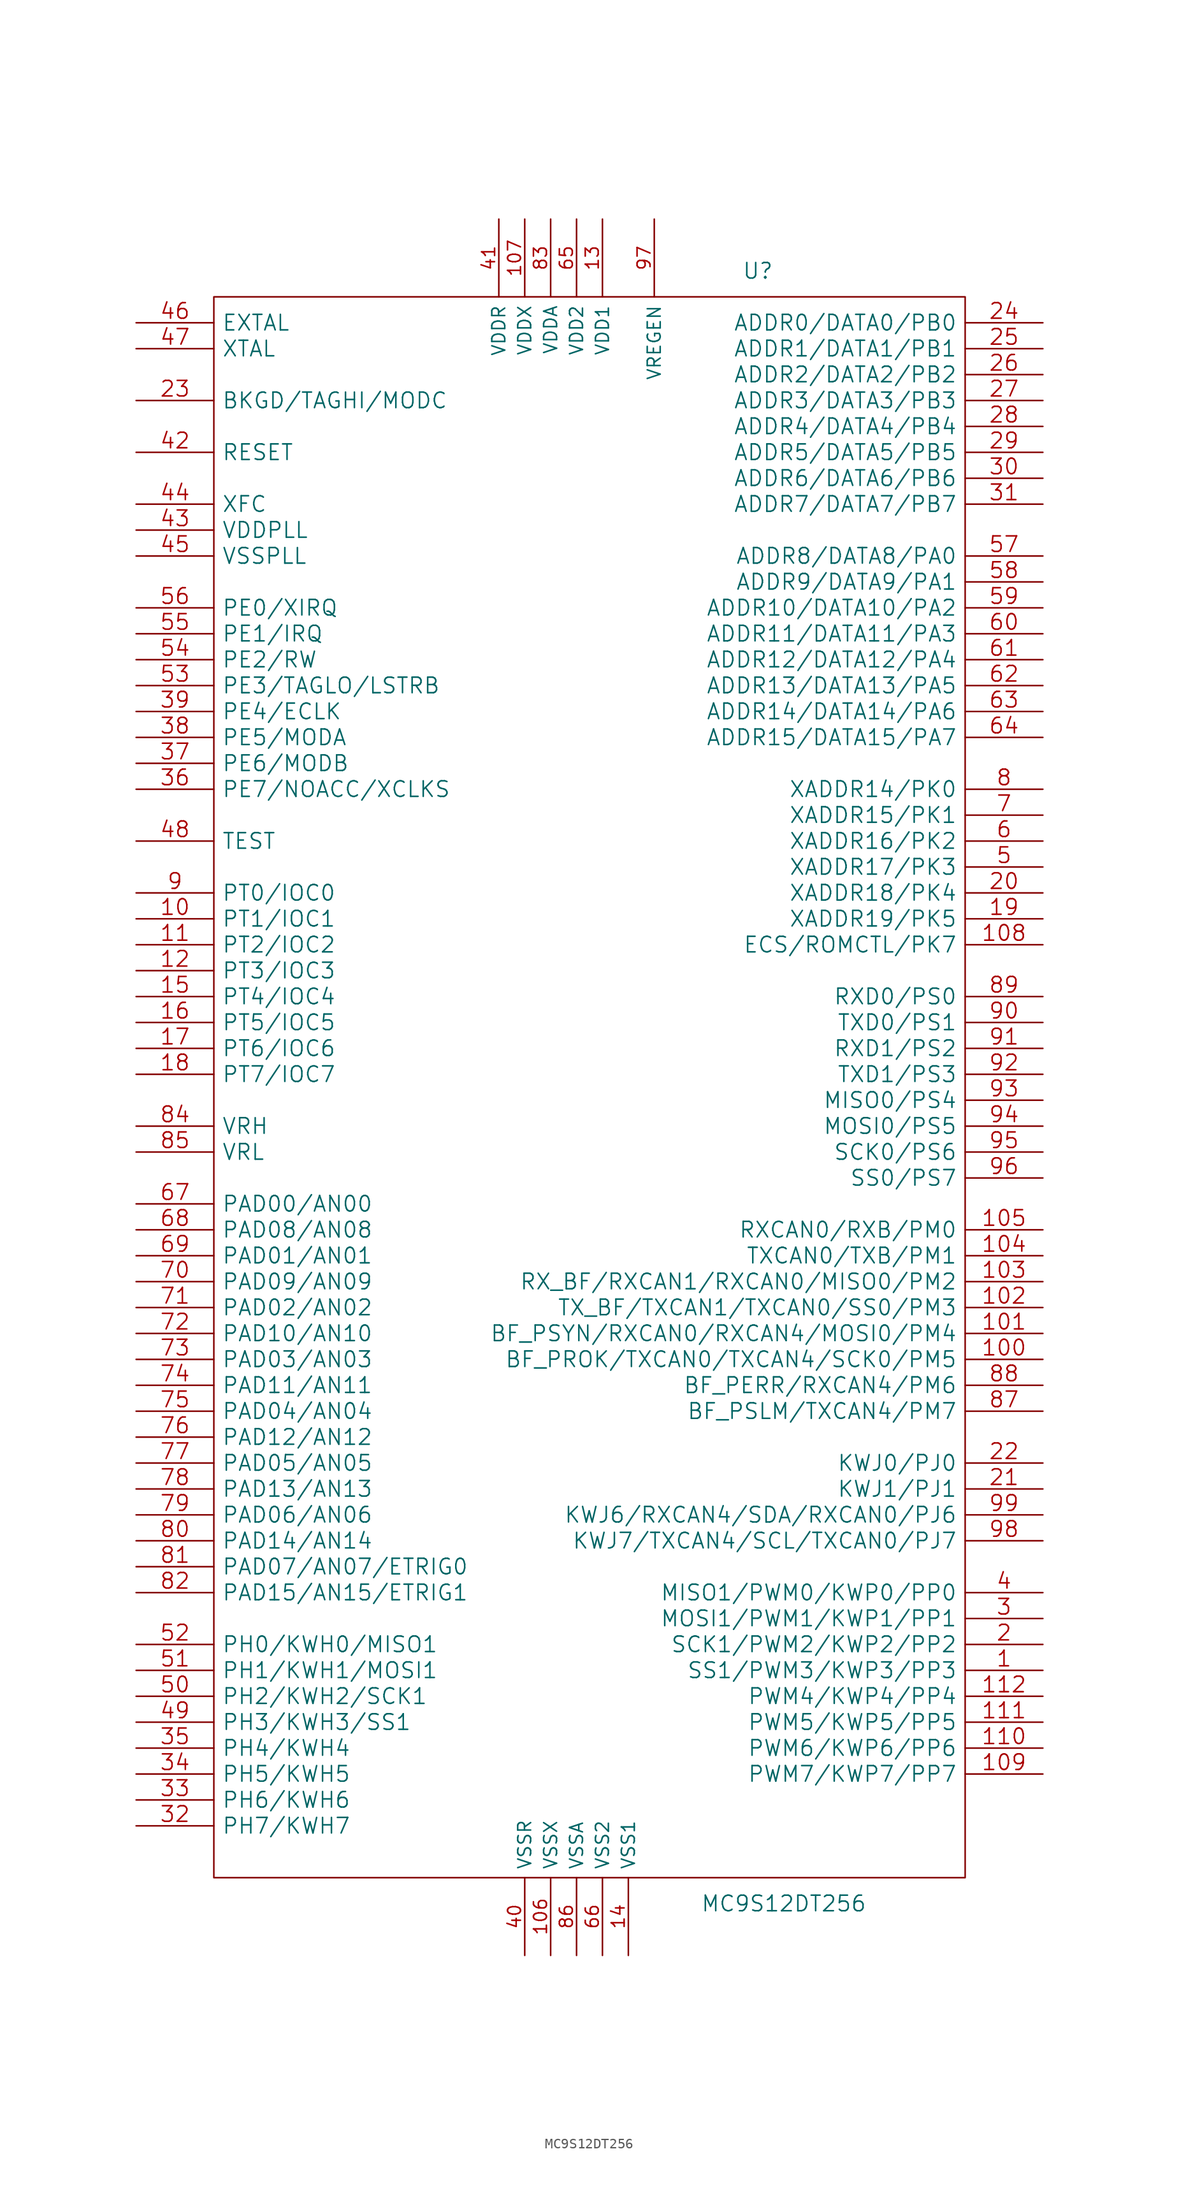
<source format=kicad_sym>
(kicad_symbol_lib
  (version 20211014)
  (generator kicad_symbol_editor)
  (symbol "MC9S12DT256"
    (pin_names
      (offset 0.762))
    (property "Reference" "U"
      (at 16.51 86.36 0)
      (effects (font (size 1.524 1.524))))
    (property "Value" "MC9S12DT256"
      (at 19.05 -73.66 0)
      (effects (font (size 1.524 1.524))))
    (property "Footprint" ""
      (at 0 0 0)
      (effects (font (size 1.524 1.524))))
    (property "Datasheet" ""
      (at 0 0 0)
      (effects (font (size 1.524 1.524))))
    (symbol "MC9S12DT256_0_1"
      (rectangle (start -36.83 83.82) (end 36.83 -71.12) (stroke (width 0) (type default) (color 0 0 0 0)) (fill (type none))))
    (symbol "MC9S12DT256_1_1"
      (pin bidirectional line (at 44.45 -50.8 180) (length 7.62) (name "SS1/PWM3/KWP3/PP3" (effects (font (size 1.524 1.524)))) (number "1" (effects (font (size 1.524 1.524)))))
      (pin bidirectional line (at -44.45 22.86 0) (length 7.62) (name "PT1/IOC1" (effects (font (size 1.524 1.524)))) (number "10" (effects (font (size 1.524 1.524)))))
      (pin bidirectional line (at 44.45 -20.32 180) (length 7.62) (name "BF_PROK/TXCAN0/TXCAN4/SCK0/PM5" (effects (font (size 1.524 1.524)))) (number "100" (effects (font (size 1.524 1.524)))))
      (pin bidirectional line (at 44.45 -17.78 180) (length 7.62) (name "BF_PSYN/RXCAN0/RXCAN4/MOSI0/PM4" (effects (font (size 1.524 1.524)))) (number "101" (effects (font (size 1.524 1.524)))))
      (pin bidirectional line (at 44.45 -15.24 180) (length 7.62) (name "TX_BF/TXCAN1/TXCAN0/SS0/PM3" (effects (font (size 1.524 1.524)))) (number "102" (effects (font (size 1.524 1.524)))))
      (pin bidirectional line (at 44.45 -12.7 180) (length 7.62) (name "RX_BF/RXCAN1/RXCAN0/MISO0/PM2" (effects (font (size 1.524 1.524)))) (number "103" (effects (font (size 1.524 1.524)))))
      (pin bidirectional line (at 44.45 -10.16 180) (length 7.62) (name "TXCAN0/TXB/PM1" (effects (font (size 1.524 1.524)))) (number "104" (effects (font (size 1.524 1.524)))))
      (pin bidirectional line (at 44.45 -7.62 180) (length 7.62) (name "RXCAN0/RXB/PM0" (effects (font (size 1.524 1.524)))) (number "105" (effects (font (size 1.524 1.524)))))
      (pin power_in line (at -3.81 -78.74 90) (length 7.62) (name "VSSX" (effects (font (size 1.27 1.27)))) (number "106" (effects (font (size 1.27 1.27)))))
      (pin power_in line (at -6.35 91.44 270) (length 7.62) (name "VDDX" (effects (font (size 1.27 1.27)))) (number "107" (effects (font (size 1.27 1.27)))))
      (pin bidirectional line (at 44.45 20.32 180) (length 7.62) (name "ECS/ROMCTL/PK7" (effects (font (size 1.524 1.524)))) (number "108" (effects (font (size 1.524 1.524)))))
      (pin bidirectional line (at 44.45 -60.96 180) (length 7.62) (name "PWM7/KWP7/PP7" (effects (font (size 1.524 1.524)))) (number "109" (effects (font (size 1.524 1.524)))))
      (pin bidirectional line (at -44.45 20.32 0) (length 7.62) (name "PT2/IOC2" (effects (font (size 1.524 1.524)))) (number "11" (effects (font (size 1.524 1.524)))))
      (pin bidirectional line (at 44.45 -58.42 180) (length 7.62) (name "PWM6/KWP6/PP6" (effects (font (size 1.524 1.524)))) (number "110" (effects (font (size 1.524 1.524)))))
      (pin bidirectional line (at 44.45 -55.88 180) (length 7.62) (name "PWM5/KWP5/PP5" (effects (font (size 1.524 1.524)))) (number "111" (effects (font (size 1.524 1.524)))))
      (pin bidirectional line (at 44.45 -53.34 180) (length 7.62) (name "PWM4/KWP4/PP4" (effects (font (size 1.524 1.524)))) (number "112" (effects (font (size 1.524 1.524)))))
      (pin bidirectional line (at -44.45 17.78 0) (length 7.62) (name "PT3/IOC3" (effects (font (size 1.524 1.524)))) (number "12" (effects (font (size 1.524 1.524)))))
      (pin power_in line (at 1.27 91.44 270) (length 7.62) (name "VDD1" (effects (font (size 1.27 1.27)))) (number "13" (effects (font (size 1.27 1.27)))))
      (pin power_in line (at 3.81 -78.74 90) (length 7.62) (name "VSS1" (effects (font (size 1.27 1.27)))) (number "14" (effects (font (size 1.27 1.27)))))
      (pin bidirectional line (at -44.45 15.24 0) (length 7.62) (name "PT4/IOC4" (effects (font (size 1.524 1.524)))) (number "15" (effects (font (size 1.524 1.524)))))
      (pin bidirectional line (at -44.45 12.7 0) (length 7.62) (name "PT5/IOC5" (effects (font (size 1.524 1.524)))) (number "16" (effects (font (size 1.524 1.524)))))
      (pin bidirectional line (at -44.45 10.16 0) (length 7.62) (name "PT6/IOC6" (effects (font (size 1.524 1.524)))) (number "17" (effects (font (size 1.524 1.524)))))
      (pin bidirectional line (at -44.45 7.62 0) (length 7.62) (name "PT7/IOC7" (effects (font (size 1.524 1.524)))) (number "18" (effects (font (size 1.524 1.524)))))
      (pin bidirectional line (at 44.45 22.86 180) (length 7.62) (name "XADDR19/PK5" (effects (font (size 1.524 1.524)))) (number "19" (effects (font (size 1.524 1.524)))))
      (pin bidirectional line (at 44.45 -48.26 180) (length 7.62) (name "SCK1/PWM2/KWP2/PP2" (effects (font (size 1.524 1.524)))) (number "2" (effects (font (size 1.524 1.524)))))
      (pin bidirectional line (at 44.45 25.4 180) (length 7.62) (name "XADDR18/PK4" (effects (font (size 1.524 1.524)))) (number "20" (effects (font (size 1.524 1.524)))))
      (pin bidirectional line (at 44.45 -33.02 180) (length 7.62) (name "KWJ1/PJ1" (effects (font (size 1.524 1.524)))) (number "21" (effects (font (size 1.524 1.524)))))
      (pin bidirectional line (at 44.45 -30.48 180) (length 7.62) (name "KWJ0/PJ0" (effects (font (size 1.524 1.524)))) (number "22" (effects (font (size 1.524 1.524)))))
      (pin bidirectional line (at -44.45 73.66 0) (length 7.62) (name "BKGD/TAGHI/MODC" (effects (font (size 1.524 1.524)))) (number "23" (effects (font (size 1.524 1.524)))))
      (pin bidirectional line (at 44.45 81.28 180) (length 7.62) (name "ADDR0/DATA0/PB0" (effects (font (size 1.524 1.524)))) (number "24" (effects (font (size 1.524 1.524)))))
      (pin bidirectional line (at 44.45 78.74 180) (length 7.62) (name "ADDR1/DATA1/PB1" (effects (font (size 1.524 1.524)))) (number "25" (effects (font (size 1.524 1.524)))))
      (pin bidirectional line (at 44.45 76.2 180) (length 7.62) (name "ADDR2/DATA2/PB2" (effects (font (size 1.524 1.524)))) (number "26" (effects (font (size 1.524 1.524)))))
      (pin bidirectional line (at 44.45 73.66 180) (length 7.62) (name "ADDR3/DATA3/PB3" (effects (font (size 1.524 1.524)))) (number "27" (effects (font (size 1.524 1.524)))))
      (pin bidirectional line (at 44.45 71.12 180) (length 7.62) (name "ADDR4/DATA4/PB4" (effects (font (size 1.524 1.524)))) (number "28" (effects (font (size 1.524 1.524)))))
      (pin bidirectional line (at 44.45 68.58 180) (length 7.62) (name "ADDR5/DATA5/PB5" (effects (font (size 1.524 1.524)))) (number "29" (effects (font (size 1.524 1.524)))))
      (pin bidirectional line (at 44.45 -45.72 180) (length 7.62) (name "MOSI1/PWM1/KWP1/PP1" (effects (font (size 1.524 1.524)))) (number "3" (effects (font (size 1.524 1.524)))))
      (pin bidirectional line (at 44.45 66.04 180) (length 7.62) (name "ADDR6/DATA6/PB6" (effects (font (size 1.524 1.524)))) (number "30" (effects (font (size 1.524 1.524)))))
      (pin bidirectional line (at 44.45 63.5 180) (length 7.62) (name "ADDR7/DATA7/PB7" (effects (font (size 1.524 1.524)))) (number "31" (effects (font (size 1.524 1.524)))))
      (pin bidirectional line (at -44.45 -66.04 0) (length 7.62) (name "PH7/KWH7" (effects (font (size 1.524 1.524)))) (number "32" (effects (font (size 1.524 1.524)))))
      (pin bidirectional line (at -44.45 -63.5 0) (length 7.62) (name "PH6/KWH6" (effects (font (size 1.524 1.524)))) (number "33" (effects (font (size 1.524 1.524)))))
      (pin bidirectional line (at -44.45 -60.96 0) (length 7.62) (name "PH5/KWH5" (effects (font (size 1.524 1.524)))) (number "34" (effects (font (size 1.524 1.524)))))
      (pin bidirectional line (at -44.45 -58.42 0) (length 7.62) (name "PH4/KWH4" (effects (font (size 1.524 1.524)))) (number "35" (effects (font (size 1.524 1.524)))))
      (pin bidirectional line (at -44.45 35.56 0) (length 7.62) (name "PE7/NOACC/XCLKS" (effects (font (size 1.524 1.524)))) (number "36" (effects (font (size 1.524 1.524)))))
      (pin bidirectional line (at -44.45 38.1 0) (length 7.62) (name "PE6/MODB" (effects (font (size 1.524 1.524)))) (number "37" (effects (font (size 1.524 1.524)))))
      (pin bidirectional line (at -44.45 40.64 0) (length 7.62) (name "PE5/MODA" (effects (font (size 1.524 1.524)))) (number "38" (effects (font (size 1.524 1.524)))))
      (pin bidirectional line (at -44.45 43.18 0) (length 7.62) (name "PE4/ECLK" (effects (font (size 1.524 1.524)))) (number "39" (effects (font (size 1.524 1.524)))))
      (pin bidirectional line (at 44.45 -43.18 180) (length 7.62) (name "MISO1/PWM0/KWP0/PP0" (effects (font (size 1.524 1.524)))) (number "4" (effects (font (size 1.524 1.524)))))
      (pin power_in line (at -6.35 -78.74 90) (length 7.62) (name "VSSR" (effects (font (size 1.27 1.27)))) (number "40" (effects (font (size 1.27 1.27)))))
      (pin power_in line (at -8.89 91.44 270) (length 7.62) (name "VDDR" (effects (font (size 1.27 1.27)))) (number "41" (effects (font (size 1.27 1.27)))))
      (pin bidirectional line (at -44.45 68.58 0) (length 7.62) (name "RESET" (effects (font (size 1.524 1.524)))) (number "42" (effects (font (size 1.524 1.524)))))
      (pin power_in line (at -44.45 60.96 0) (length 7.62) (name "VDDPLL" (effects (font (size 1.524 1.524)))) (number "43" (effects (font (size 1.524 1.524)))))
      (pin bidirectional line (at -44.45 63.5 0) (length 7.62) (name "XFC" (effects (font (size 1.524 1.524)))) (number "44" (effects (font (size 1.524 1.524)))))
      (pin bidirectional line (at -44.45 58.42 0) (length 7.62) (name "VSSPLL" (effects (font (size 1.524 1.524)))) (number "45" (effects (font (size 1.524 1.524)))))
      (pin input line (at -44.45 81.28 0) (length 7.62) (name "EXTAL" (effects (font (size 1.524 1.524)))) (number "46" (effects (font (size 1.524 1.524)))))
      (pin output line (at -44.45 78.74 0) (length 7.62) (name "XTAL" (effects (font (size 1.524 1.524)))) (number "47" (effects (font (size 1.524 1.524)))))
      (pin input line (at -44.45 30.48 0) (length 7.62) (name "TEST" (effects (font (size 1.524 1.524)))) (number "48" (effects (font (size 1.524 1.524)))))
      (pin bidirectional line (at -44.45 -55.88 0) (length 7.62) (name "PH3/KWH3/SS1" (effects (font (size 1.524 1.524)))) (number "49" (effects (font (size 1.524 1.524)))))
      (pin bidirectional line (at 44.45 27.94 180) (length 7.62) (name "XADDR17/PK3" (effects (font (size 1.524 1.524)))) (number "5" (effects (font (size 1.524 1.524)))))
      (pin bidirectional line (at -44.45 -53.34 0) (length 7.62) (name "PH2/KWH2/SCK1" (effects (font (size 1.524 1.524)))) (number "50" (effects (font (size 1.524 1.524)))))
      (pin bidirectional line (at -44.45 -50.8 0) (length 7.62) (name "PH1/KWH1/MOSI1" (effects (font (size 1.524 1.524)))) (number "51" (effects (font (size 1.524 1.524)))))
      (pin bidirectional line (at -44.45 -48.26 0) (length 7.62) (name "PH0/KWH0/MISO1" (effects (font (size 1.524 1.524)))) (number "52" (effects (font (size 1.524 1.524)))))
      (pin bidirectional line (at -44.45 45.72 0) (length 7.62) (name "PE3/TAGLO/LSTRB" (effects (font (size 1.524 1.524)))) (number "53" (effects (font (size 1.524 1.524)))))
      (pin bidirectional line (at -44.45 48.26 0) (length 7.62) (name "PE2/RW" (effects (font (size 1.524 1.524)))) (number "54" (effects (font (size 1.524 1.524)))))
      (pin input line (at -44.45 50.8 0) (length 7.62) (name "PE1/IRQ" (effects (font (size 1.524 1.524)))) (number "55" (effects (font (size 1.524 1.524)))))
      (pin input line (at -44.45 53.34 0) (length 7.62) (name "PE0/XIRQ" (effects (font (size 1.524 1.524)))) (number "56" (effects (font (size 1.524 1.524)))))
      (pin bidirectional line (at 44.45 58.42 180) (length 7.62) (name "ADDR8/DATA8/PA0" (effects (font (size 1.524 1.524)))) (number "57" (effects (font (size 1.524 1.524)))))
      (pin bidirectional line (at 44.45 55.88 180) (length 7.62) (name "ADDR9/DATA9/PA1" (effects (font (size 1.524 1.524)))) (number "58" (effects (font (size 1.524 1.524)))))
      (pin bidirectional line (at 44.45 53.34 180) (length 7.62) (name "ADDR10/DATA10/PA2" (effects (font (size 1.524 1.524)))) (number "59" (effects (font (size 1.524 1.524)))))
      (pin bidirectional line (at 44.45 30.48 180) (length 7.62) (name "XADDR16/PK2" (effects (font (size 1.524 1.524)))) (number "6" (effects (font (size 1.524 1.524)))))
      (pin bidirectional line (at 44.45 50.8 180) (length 7.62) (name "ADDR11/DATA11/PA3" (effects (font (size 1.524 1.524)))) (number "60" (effects (font (size 1.524 1.524)))))
      (pin bidirectional line (at 44.45 48.26 180) (length 7.62) (name "ADDR12/DATA12/PA4" (effects (font (size 1.524 1.524)))) (number "61" (effects (font (size 1.524 1.524)))))
      (pin bidirectional line (at 44.45 45.72 180) (length 7.62) (name "ADDR13/DATA13/PA5" (effects (font (size 1.524 1.524)))) (number "62" (effects (font (size 1.524 1.524)))))
      (pin bidirectional line (at 44.45 43.18 180) (length 7.62) (name "ADDR14/DATA14/PA6" (effects (font (size 1.524 1.524)))) (number "63" (effects (font (size 1.524 1.524)))))
      (pin bidirectional line (at 44.45 40.64 180) (length 7.62) (name "ADDR15/DATA15/PA7" (effects (font (size 1.524 1.524)))) (number "64" (effects (font (size 1.524 1.524)))))
      (pin power_in line (at -1.27 91.44 270) (length 7.62) (name "VDD2" (effects (font (size 1.27 1.27)))) (number "65" (effects (font (size 1.27 1.27)))))
      (pin power_in line (at 1.27 -78.74 90) (length 7.62) (name "VSS2" (effects (font (size 1.27 1.27)))) (number "66" (effects (font (size 1.27 1.27)))))
      (pin input line (at -44.45 -5.08 0) (length 7.62) (name "PAD00/AN00" (effects (font (size 1.524 1.524)))) (number "67" (effects (font (size 1.524 1.524)))))
      (pin input line (at -44.45 -7.62 0) (length 7.62) (name "PAD08/AN08" (effects (font (size 1.524 1.524)))) (number "68" (effects (font (size 1.524 1.524)))))
      (pin input line (at -44.45 -10.16 0) (length 7.62) (name "PAD01/AN01" (effects (font (size 1.524 1.524)))) (number "69" (effects (font (size 1.524 1.524)))))
      (pin bidirectional line (at 44.45 33.02 180) (length 7.62) (name "XADDR15/PK1" (effects (font (size 1.524 1.524)))) (number "7" (effects (font (size 1.524 1.524)))))
      (pin input line (at -44.45 -12.7 0) (length 7.62) (name "PAD09/AN09" (effects (font (size 1.524 1.524)))) (number "70" (effects (font (size 1.524 1.524)))))
      (pin input line (at -44.45 -15.24 0) (length 7.62) (name "PAD02/AN02" (effects (font (size 1.524 1.524)))) (number "71" (effects (font (size 1.524 1.524)))))
      (pin input line (at -44.45 -17.78 0) (length 7.62) (name "PAD10/AN10" (effects (font (size 1.524 1.524)))) (number "72" (effects (font (size 1.524 1.524)))))
      (pin input line (at -44.45 -20.32 0) (length 7.62) (name "PAD03/AN03" (effects (font (size 1.524 1.524)))) (number "73" (effects (font (size 1.524 1.524)))))
      (pin input line (at -44.45 -22.86 0) (length 7.62) (name "PAD11/AN11" (effects (font (size 1.524 1.524)))) (number "74" (effects (font (size 1.524 1.524)))))
      (pin input line (at -44.45 -25.4 0) (length 7.62) (name "PAD04/AN04" (effects (font (size 1.524 1.524)))) (number "75" (effects (font (size 1.524 1.524)))))
      (pin input line (at -44.45 -27.94 0) (length 7.62) (name "PAD12/AN12" (effects (font (size 1.524 1.524)))) (number "76" (effects (font (size 1.524 1.524)))))
      (pin input line (at -44.45 -30.48 0) (length 7.62) (name "PAD05/AN05" (effects (font (size 1.524 1.524)))) (number "77" (effects (font (size 1.524 1.524)))))
      (pin input line (at -44.45 -33.02 0) (length 7.62) (name "PAD13/AN13" (effects (font (size 1.524 1.524)))) (number "78" (effects (font (size 1.524 1.524)))))
      (pin input line (at -44.45 -35.56 0) (length 7.62) (name "PAD06/AN06" (effects (font (size 1.524 1.524)))) (number "79" (effects (font (size 1.524 1.524)))))
      (pin bidirectional line (at 44.45 35.56 180) (length 7.62) (name "XADDR14/PK0" (effects (font (size 1.524 1.524)))) (number "8" (effects (font (size 1.524 1.524)))))
      (pin input line (at -44.45 -38.1 0) (length 7.62) (name "PAD14/AN14" (effects (font (size 1.524 1.524)))) (number "80" (effects (font (size 1.524 1.524)))))
      (pin input line (at -44.45 -40.64 0) (length 7.62) (name "PAD07/AN07/ETRIG0" (effects (font (size 1.524 1.524)))) (number "81" (effects (font (size 1.524 1.524)))))
      (pin input line (at -44.45 -43.18 0) (length 7.62) (name "PAD15/AN15/ETRIG1" (effects (font (size 1.524 1.524)))) (number "82" (effects (font (size 1.524 1.524)))))
      (pin power_in line (at -3.81 91.44 270) (length 7.62) (name "VDDA" (effects (font (size 1.27 1.27)))) (number "83" (effects (font (size 1.27 1.27)))))
      (pin passive line (at -44.45 2.54 0) (length 7.62) (name "VRH" (effects (font (size 1.524 1.524)))) (number "84" (effects (font (size 1.524 1.524)))))
      (pin passive line (at -44.45 0 0) (length 7.62) (name "VRL" (effects (font (size 1.524 1.524)))) (number "85" (effects (font (size 1.524 1.524)))))
      (pin power_in line (at -1.27 -78.74 90) (length 7.62) (name "VSSA" (effects (font (size 1.27 1.27)))) (number "86" (effects (font (size 1.27 1.27)))))
      (pin bidirectional line (at 44.45 -25.4 180) (length 7.62) (name "BF_PSLM/TXCAN4/PM7" (effects (font (size 1.524 1.524)))) (number "87" (effects (font (size 1.524 1.524)))))
      (pin bidirectional line (at 44.45 -22.86 180) (length 7.62) (name "BF_PERR/RXCAN4/PM6" (effects (font (size 1.524 1.524)))) (number "88" (effects (font (size 1.524 1.524)))))
      (pin bidirectional line (at 44.45 15.24 180) (length 7.62) (name "RXD0/PS0" (effects (font (size 1.524 1.524)))) (number "89" (effects (font (size 1.524 1.524)))))
      (pin bidirectional line (at -44.45 25.4 0) (length 7.62) (name "PT0/IOC0" (effects (font (size 1.524 1.524)))) (number "9" (effects (font (size 1.524 1.524)))))
      (pin bidirectional line (at 44.45 12.7 180) (length 7.62) (name "TXD0/PS1" (effects (font (size 1.524 1.524)))) (number "90" (effects (font (size 1.524 1.524)))))
      (pin bidirectional line (at 44.45 10.16 180) (length 7.62) (name "RXD1/PS2" (effects (font (size 1.524 1.524)))) (number "91" (effects (font (size 1.524 1.524)))))
      (pin bidirectional line (at 44.45 7.62 180) (length 7.62) (name "TXD1/PS3" (effects (font (size 1.524 1.524)))) (number "92" (effects (font (size 1.524 1.524)))))
      (pin bidirectional line (at 44.45 5.08 180) (length 7.62) (name "MISO0/PS4" (effects (font (size 1.524 1.524)))) (number "93" (effects (font (size 1.524 1.524)))))
      (pin bidirectional line (at 44.45 2.54 180) (length 7.62) (name "MOSI0/PS5" (effects (font (size 1.524 1.524)))) (number "94" (effects (font (size 1.524 1.524)))))
      (pin bidirectional line (at 44.45 0 180) (length 7.62) (name "SCK0/PS6" (effects (font (size 1.524 1.524)))) (number "95" (effects (font (size 1.524 1.524)))))
      (pin bidirectional line (at 44.45 -2.54 180) (length 7.62) (name "SS0/PS7" (effects (font (size 1.524 1.524)))) (number "96" (effects (font (size 1.524 1.524)))))
      (pin input line (at 6.35 91.44 270) (length 7.62) (name "VREGEN" (effects (font (size 1.27 1.27)))) (number "97" (effects (font (size 1.27 1.27)))))
      (pin bidirectional line (at 44.45 -38.1 180) (length 7.62) (name "KWJ7/TXCAN4/SCL/TXCAN0/PJ7" (effects (font (size 1.524 1.524)))) (number "98" (effects (font (size 1.524 1.524)))))
      (pin bidirectional line (at 44.45 -35.56 180) (length 7.62) (name "KWJ6/RXCAN4/SDA/RXCAN0/PJ6" (effects (font (size 1.524 1.524)))) (number "99" (effects (font (size 1.524 1.524))))))))
</source>
